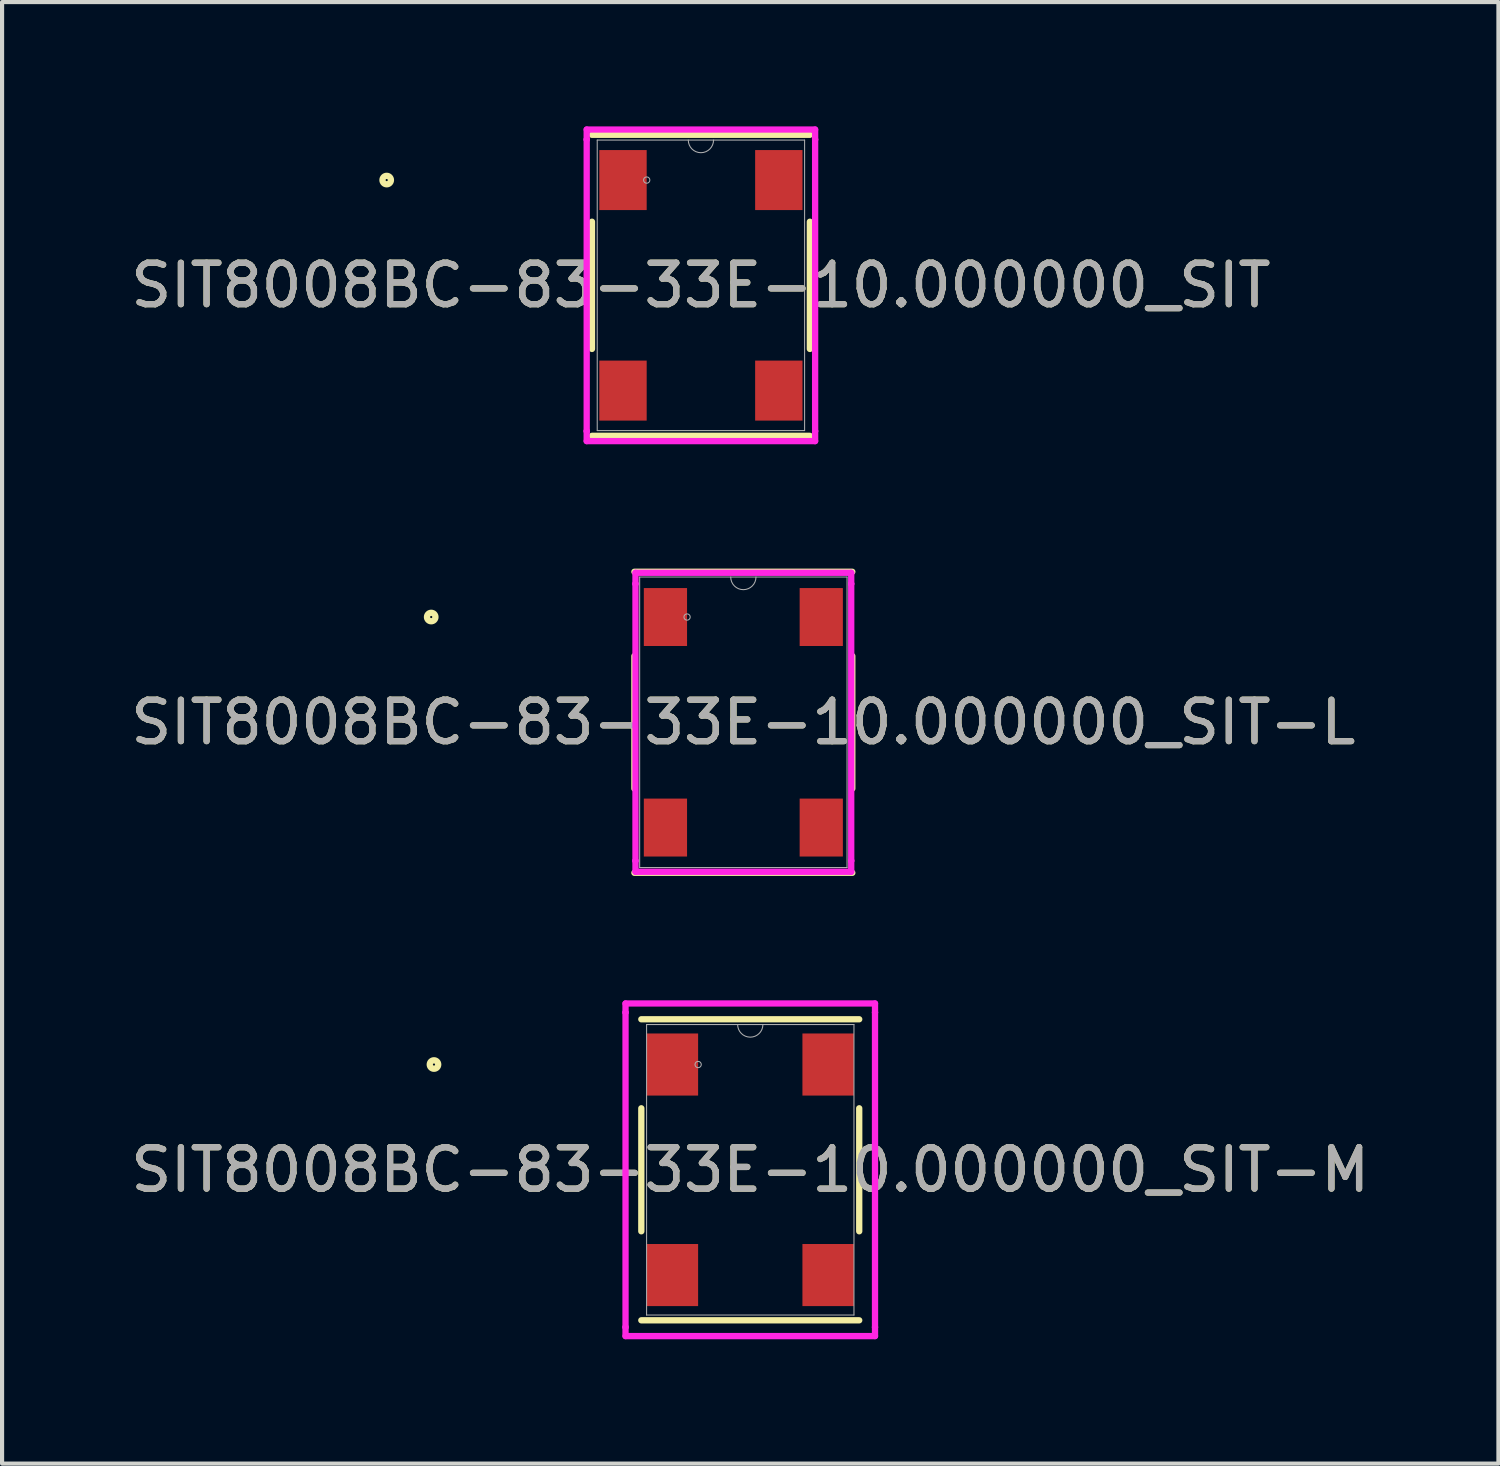
<source format=kicad_pcb>
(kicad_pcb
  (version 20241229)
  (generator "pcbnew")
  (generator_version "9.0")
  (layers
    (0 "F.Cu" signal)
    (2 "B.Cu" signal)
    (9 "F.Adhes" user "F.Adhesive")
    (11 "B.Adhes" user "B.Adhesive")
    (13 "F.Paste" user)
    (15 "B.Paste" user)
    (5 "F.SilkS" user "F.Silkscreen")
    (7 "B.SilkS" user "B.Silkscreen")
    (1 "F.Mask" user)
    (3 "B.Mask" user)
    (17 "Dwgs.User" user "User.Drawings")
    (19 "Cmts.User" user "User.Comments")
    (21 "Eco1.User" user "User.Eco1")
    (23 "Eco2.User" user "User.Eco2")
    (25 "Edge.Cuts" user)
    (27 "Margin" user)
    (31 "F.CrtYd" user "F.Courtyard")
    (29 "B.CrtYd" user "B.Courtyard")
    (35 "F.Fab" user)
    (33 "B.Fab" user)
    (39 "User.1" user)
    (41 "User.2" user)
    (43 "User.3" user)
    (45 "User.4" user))
  (footprint "SIT8008BC-83-33E-10.000000_SIT-M"
    (layer "F.Cu")
    (at 15.054 25.177)
    (property "Reference" "SIT8008BC-83-33E-10.000000_SIT-M" (at 0 0 0) (unlocked yes) (layer "F.SilkS") (effects (font (size 1 1) (thickness 0.15))))
    (attr smd)
    (fp_line (start -2.629 -1.484) (end -2.629 1.484) (stroke (width 0.152) (type solid)) (layer "F.SilkS"))
    (fp_line (start -2.629 3.632) (end 2.629 3.632) (stroke (width 0.152) (type solid)) (layer "F.SilkS"))
    (fp_line (start 2.629 -3.632) (end -2.629 -3.632) (stroke (width 0.152) (type solid)) (layer "F.SilkS"))
    (fp_line (start 2.629 1.484) (end 2.629 -1.484) (stroke (width 0.152) (type solid)) (layer "F.SilkS"))
    (fp_circle (center -7.632 -2.54) (end -7.53 -2.54) (stroke (width 0.152) (type solid)) (fill no) (layer "F.SilkS"))
    (fp_line (start -3.01 -4.013) (end 3.01 -4.013) (stroke (width 0.152) (type solid)) (layer "F.CrtYd"))
    (fp_line (start -3.01 -3.797) (end -3.01 -4.013) (stroke (width 0.152) (type solid)) (layer "F.CrtYd"))
    (fp_line (start -3.01 -3.797) (end -3.01 -3.797) (stroke (width 0.152) (type solid)) (layer "F.CrtYd"))
    (fp_line (start -3.01 3.797) (end -3.01 -3.797) (stroke (width 0.152) (type solid)) (layer "F.CrtYd"))
    (fp_line (start -3.01 3.797) (end -3.01 3.797) (stroke (width 0.152) (type solid)) (layer "F.CrtYd"))
    (fp_line (start -3.01 4.013) (end -3.01 3.797) (stroke (width 0.152) (type solid)) (layer "F.CrtYd"))
    (fp_line (start 3.01 -4.013) (end 3.01 -3.797) (stroke (width 0.152) (type solid)) (layer "F.CrtYd"))
    (fp_line (start 3.01 -3.797) (end 3.01 -3.797) (stroke (width 0.152) (type solid)) (layer "F.CrtYd"))
    (fp_line (start 3.01 -3.797) (end 3.01 3.797) (stroke (width 0.152) (type solid)) (layer "F.CrtYd"))
    (fp_line (start 3.01 3.797) (end 3.01 3.797) (stroke (width 0.152) (type solid)) (layer "F.CrtYd"))
    (fp_line (start 3.01 3.797) (end 3.01 4.013) (stroke (width 0.152) (type solid)) (layer "F.CrtYd"))
    (fp_line (start 3.01 4.013) (end -3.01 4.013) (stroke (width 0.152) (type solid)) (layer "F.CrtYd"))
    (fp_line (start -2.502 -3.505) (end -2.502 3.505) (stroke (width 0.025) (type solid)) (layer "F.Fab"))
    (fp_line (start -2.502 3.505) (end 2.502 3.505) (stroke (width 0.025) (type solid)) (layer "F.Fab"))
    (fp_line (start 2.502 -3.505) (end -2.502 -3.505) (stroke (width 0.025) (type solid)) (layer "F.Fab"))
    (fp_line (start 2.502 3.505) (end 2.502 -3.505) (stroke (width 0.025) (type solid)) (layer "F.Fab"))
    (fp_arc (start 0.3048 -3.5052) (mid 0 -3.2004) (end -0.3048 -3.5052) (stroke (width 0.0254) (type solid)) (layer "F.Fab"))
    (fp_circle (center -1.258 -2.54) (end -1.182 -2.54) (stroke (width 0.025) (type solid)) (fill no) (layer "F.Fab"))
    (fp_text user "${REFERENCE}" (at 0 0 0) (unlocked yes) (layer "F.Fab") (effects (font (size 1 1) (thickness 0.15))))
    (pad "1" smd rect (at -1.88 -2.54) (size 1.243 1.498) (layers "F.Cu" "F.Mask" "F.Paste"))
    (pad "2" smd rect (at -1.88 2.54) (size 1.243 1.498) (layers "F.Cu" "F.Mask" "F.Paste"))
    (pad "3" smd rect (at 1.88 2.54) (size 1.243 1.498) (layers "F.Cu" "F.Mask" "F.Paste"))
    (pad "4" smd rect (at 1.88 -2.54) (size 1.243 1.498) (layers "F.Cu" "F.Mask" "F.Paste")))
  (footprint "SIT8008BC-83-33E-10.000000_SIT-L"
    (layer "F.Cu")
    (at 14.887 14.379)
    (property "Reference" "SIT8008BC-83-33E-10.000000_SIT-L" (at 0 0 0) (unlocked yes) (layer "F.SilkS") (effects (font (size 1 1) (thickness 0.15))))
    (attr smd)
    (fp_line (start -2.629 -1.599) (end -2.629 1.599) (stroke (width 0.152) (type solid)) (layer "F.SilkS"))
    (fp_line (start -2.629 3.632) (end 2.629 3.632) (stroke (width 0.152) (type solid)) (layer "F.SilkS"))
    (fp_line (start 2.629 -3.632) (end -2.629 -3.632) (stroke (width 0.152) (type solid)) (layer "F.SilkS"))
    (fp_line (start 2.629 1.599) (end 2.629 -1.599) (stroke (width 0.152) (type solid)) (layer "F.SilkS"))
    (fp_circle (center -7.532 -2.54) (end -7.43 -2.54) (stroke (width 0.152) (type solid)) (fill no) (layer "F.SilkS"))
    (fp_line (start -2.603 -3.607) (end 2.603 -3.607) (stroke (width 0.152) (type solid)) (layer "F.CrtYd"))
    (fp_line (start -2.603 -3.341) (end -2.603 -3.607) (stroke (width 0.152) (type solid)) (layer "F.CrtYd"))
    (fp_line (start -2.603 -3.341) (end -2.603 -3.341) (stroke (width 0.152) (type solid)) (layer "F.CrtYd"))
    (fp_line (start -2.603 3.341) (end -2.603 -3.341) (stroke (width 0.152) (type solid)) (layer "F.CrtYd"))
    (fp_line (start -2.603 3.341) (end -2.603 3.341) (stroke (width 0.152) (type solid)) (layer "F.CrtYd"))
    (fp_line (start -2.603 3.607) (end -2.603 3.341) (stroke (width 0.152) (type solid)) (layer "F.CrtYd"))
    (fp_line (start 2.603 -3.607) (end 2.603 -3.341) (stroke (width 0.152) (type solid)) (layer "F.CrtYd"))
    (fp_line (start 2.603 -3.341) (end 2.603 -3.341) (stroke (width 0.152) (type solid)) (layer "F.CrtYd"))
    (fp_line (start 2.603 -3.341) (end 2.603 3.341) (stroke (width 0.152) (type solid)) (layer "F.CrtYd"))
    (fp_line (start 2.603 3.341) (end 2.603 3.341) (stroke (width 0.152) (type solid)) (layer "F.CrtYd"))
    (fp_line (start 2.603 3.341) (end 2.603 3.607) (stroke (width 0.152) (type solid)) (layer "F.CrtYd"))
    (fp_line (start 2.603 3.607) (end -2.603 3.607) (stroke (width 0.152) (type solid)) (layer "F.CrtYd"))
    (fp_line (start -2.502 -3.505) (end -2.502 3.505) (stroke (width 0.025) (type solid)) (layer "F.Fab"))
    (fp_line (start -2.502 3.505) (end 2.502 3.505) (stroke (width 0.025) (type solid)) (layer "F.Fab"))
    (fp_line (start 2.502 -3.505) (end -2.502 -3.505) (stroke (width 0.025) (type solid)) (layer "F.Fab"))
    (fp_line (start 2.502 3.505) (end 2.502 -3.505) (stroke (width 0.025) (type solid)) (layer "F.Fab"))
    (fp_arc (start 0.3048 -3.5052) (mid 0 -3.2004) (end -0.3048 -3.5052) (stroke (width 0.0254) (type solid)) (layer "F.Fab"))
    (fp_circle (center -1.358 -2.54) (end -1.282 -2.54) (stroke (width 0.025) (type solid)) (fill no) (layer "F.Fab"))
    (fp_text user "${REFERENCE}" (at 0 0 0) (unlocked yes) (layer "F.Fab") (effects (font (size 1 1) (thickness 0.15))))
    (pad "1" smd rect (at -1.88 -2.54) (size 1.043 1.398) (layers "F.Cu" "F.Mask" "F.Paste"))
    (pad "2" smd rect (at -1.88 2.54) (size 1.043 1.398) (layers "F.Cu" "F.Mask" "F.Paste"))
    (pad "3" smd rect (at 1.88 2.54) (size 1.043 1.398) (layers "F.Cu" "F.Mask" "F.Paste"))
    (pad "4" smd rect (at 1.88 -2.54) (size 1.043 1.398) (layers "F.Cu" "F.Mask" "F.Paste")))
  (footprint "SIT8008BC-83-33E-10.000000_SIT"
    (layer "F.Cu")
    (at 13.863 3.835)
    (property "Reference" "SIT8008BC-83-33E-10.000000_SIT" (at 0 0 0) (unlocked yes) (layer "F.SilkS") (effects (font (size 1 1) (thickness 0.15))))
    (attr smd)
    (fp_line (start -2.629 -1.535) (end -2.629 1.535) (stroke (width 0.152) (type solid)) (layer "F.SilkS"))
    (fp_line (start -2.629 3.632) (end 2.629 3.632) (stroke (width 0.152) (type solid)) (layer "F.SilkS"))
    (fp_line (start 2.629 -3.632) (end -2.629 -3.632) (stroke (width 0.152) (type solid)) (layer "F.SilkS"))
    (fp_line (start 2.629 1.535) (end 2.629 -1.535) (stroke (width 0.152) (type solid)) (layer "F.SilkS"))
    (fp_circle (center -7.582 -2.54) (end -7.48 -2.54) (stroke (width 0.152) (type solid)) (fill no) (layer "F.SilkS"))
    (fp_line (start -2.756 -3.759) (end 2.756 -3.759) (stroke (width 0.152) (type solid)) (layer "F.CrtYd"))
    (fp_line (start -2.756 -3.518) (end -2.756 -3.759) (stroke (width 0.152) (type solid)) (layer "F.CrtYd"))
    (fp_line (start -2.756 -3.518) (end -2.756 -3.518) (stroke (width 0.152) (type solid)) (layer "F.CrtYd"))
    (fp_line (start -2.756 3.518) (end -2.756 -3.518) (stroke (width 0.152) (type solid)) (layer "F.CrtYd"))
    (fp_line (start -2.756 3.518) (end -2.756 3.518) (stroke (width 0.152) (type solid)) (layer "F.CrtYd"))
    (fp_line (start -2.756 3.759) (end -2.756 3.518) (stroke (width 0.152) (type solid)) (layer "F.CrtYd"))
    (fp_line (start 2.756 -3.759) (end 2.756 -3.518) (stroke (width 0.152) (type solid)) (layer "F.CrtYd"))
    (fp_line (start 2.756 -3.518) (end 2.756 -3.518) (stroke (width 0.152) (type solid)) (layer "F.CrtYd"))
    (fp_line (start 2.756 -3.518) (end 2.756 3.518) (stroke (width 0.152) (type solid)) (layer "F.CrtYd"))
    (fp_line (start 2.756 3.518) (end 2.756 3.518) (stroke (width 0.152) (type solid)) (layer "F.CrtYd"))
    (fp_line (start 2.756 3.518) (end 2.756 3.759) (stroke (width 0.152) (type solid)) (layer "F.CrtYd"))
    (fp_line (start 2.756 3.759) (end -2.756 3.759) (stroke (width 0.152) (type solid)) (layer "F.CrtYd"))
    (fp_line (start -2.502 -3.505) (end -2.502 3.505) (stroke (width 0.025) (type solid)) (layer "F.Fab"))
    (fp_line (start -2.502 3.505) (end 2.502 3.505) (stroke (width 0.025) (type solid)) (layer "F.Fab"))
    (fp_line (start 2.502 -3.505) (end -2.502 -3.505) (stroke (width 0.025) (type solid)) (layer "F.Fab"))
    (fp_line (start 2.502 3.505) (end 2.502 -3.505) (stroke (width 0.025) (type solid)) (layer "F.Fab"))
    (fp_arc (start 0.3048 -3.5052) (mid 0 -3.2004) (end -0.3048 -3.5052) (stroke (width 0.0254) (type solid)) (layer "F.Fab"))
    (fp_circle (center -1.308 -2.54) (end -1.232 -2.54) (stroke (width 0.025) (type solid)) (fill no) (layer "F.Fab"))
    (fp_text user "${REFERENCE}" (at 0 0 0) (unlocked yes) (layer "F.Fab") (effects (font (size 1 1) (thickness 0.15))))
    (pad "1" smd rect (at -1.88 -2.54) (size 1.143 1.448) (layers "F.Cu" "F.Mask" "F.Paste"))
    (pad "2" smd rect (at -1.88 2.54) (size 1.143 1.448) (layers "F.Cu" "F.Mask" "F.Paste"))
    (pad "3" smd rect (at 1.88 2.54) (size 1.143 1.448) (layers "F.Cu" "F.Mask" "F.Paste"))
    (pad "4" smd rect (at 1.88 -2.54) (size 1.143 1.448) (layers "F.Cu" "F.Mask" "F.Paste")))
  (gr_rect
    (start -3 -3)
    (end 33.107 32.266)
    (stroke (width 0.1) (type default))
    (fill no)
    (layer "Edge.Cuts")))
</source>
